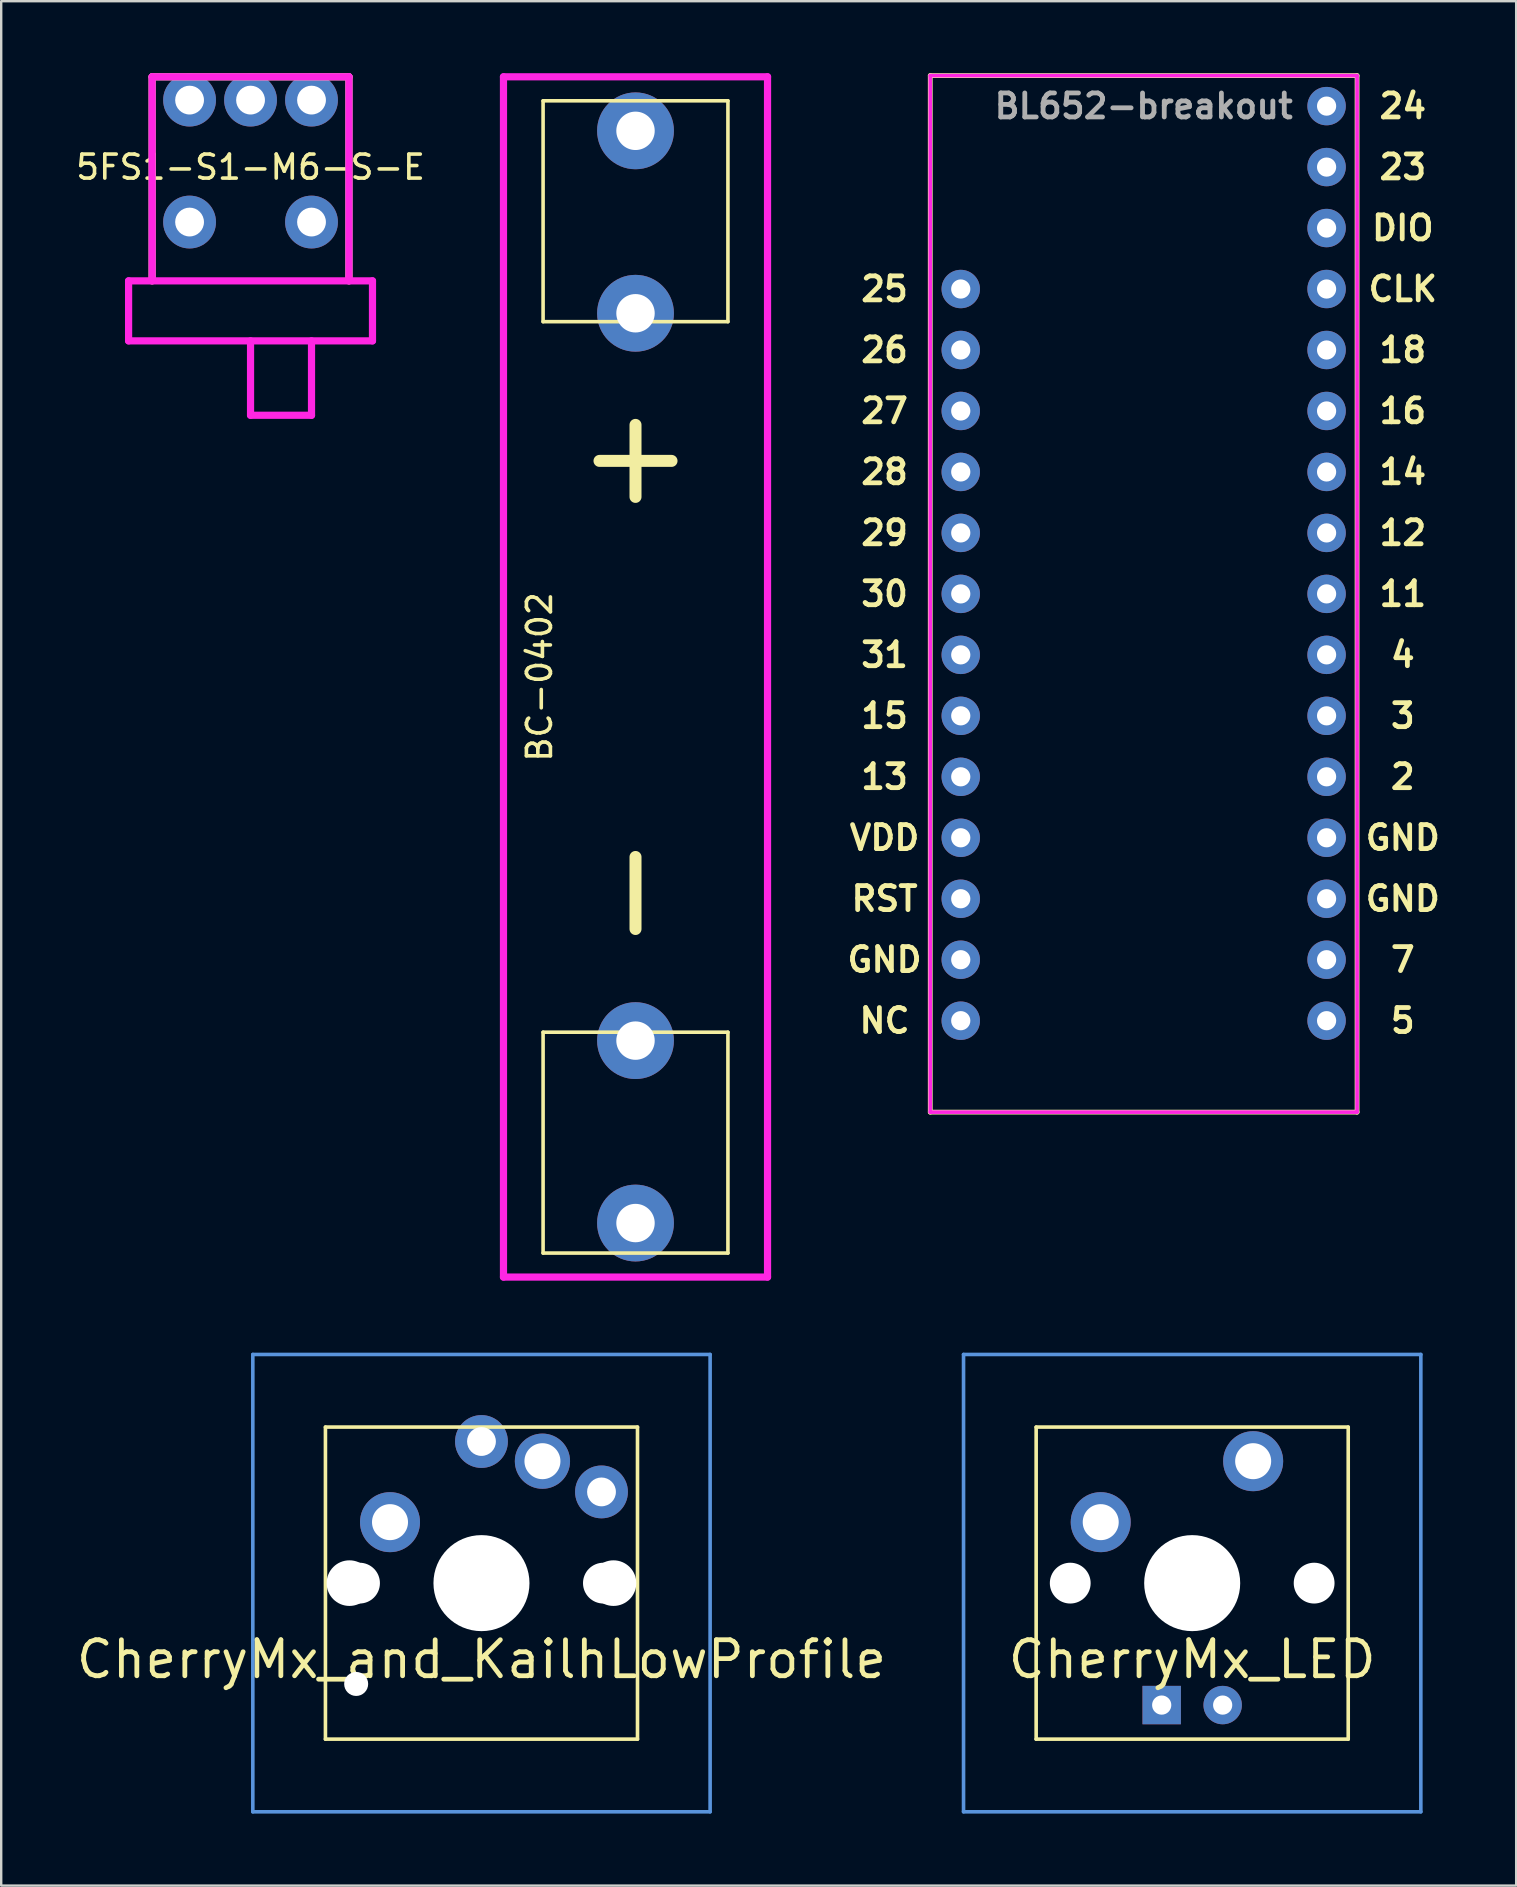
<source format=kicad_pcb>
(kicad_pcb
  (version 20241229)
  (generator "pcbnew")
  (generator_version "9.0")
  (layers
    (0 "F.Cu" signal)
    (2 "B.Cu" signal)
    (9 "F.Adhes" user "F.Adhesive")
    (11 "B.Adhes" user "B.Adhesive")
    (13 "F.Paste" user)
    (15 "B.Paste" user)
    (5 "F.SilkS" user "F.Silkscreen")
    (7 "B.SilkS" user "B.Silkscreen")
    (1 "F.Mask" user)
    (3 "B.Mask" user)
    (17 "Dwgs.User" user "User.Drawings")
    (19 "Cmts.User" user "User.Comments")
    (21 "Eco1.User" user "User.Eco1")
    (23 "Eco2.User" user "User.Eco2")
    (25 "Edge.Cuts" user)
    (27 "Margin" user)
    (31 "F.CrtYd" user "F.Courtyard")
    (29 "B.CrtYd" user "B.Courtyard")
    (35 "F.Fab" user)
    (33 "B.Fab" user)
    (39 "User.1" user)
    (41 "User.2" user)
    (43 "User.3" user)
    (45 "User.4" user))
  (footprint "BL652-breakout"
    (layer "F.Cu")
    (at 44.593 21.69)
    (property "Reference" "BL652-breakout" (at 0 -20.32 0) (layer "F.Fab") (effects (font (size 1 1) (thickness 0.2))))
    (attr through_hole)
    (fp_line (start -8.89 -21.59) (end 8.89 -21.59) (stroke (width 0.2) (type solid)) (layer "F.SilkS"))
    (fp_line (start -8.89 21.59) (end -8.89 -21.59) (stroke (width 0.2) (type solid)) (layer "F.SilkS"))
    (fp_line (start 8.89 -21.59) (end 8.89 21.59) (stroke (width 0.2) (type solid)) (layer "F.SilkS"))
    (fp_line (start 8.89 21.59) (end -8.89 21.59) (stroke (width 0.2) (type solid)) (layer "F.SilkS"))
    (fp_line (start -8.89 -21.59) (end 8.89 -21.59) (stroke (width 0.15) (type solid)) (layer "F.CrtYd"))
    (fp_line (start -8.89 21.59) (end -8.89 -21.59) (stroke (width 0.15) (type solid)) (layer "F.CrtYd"))
    (fp_line (start 8.89 -21.59) (end 8.89 21.59) (stroke (width 0.15) (type solid)) (layer "F.CrtYd"))
    (fp_line (start 8.89 21.59) (end -8.89 21.59) (stroke (width 0.15) (type solid)) (layer "F.CrtYd"))
    (fp_text user "12" (at 10.795 -2.54 0) (layer "F.SilkS") (effects (font (size 1 1) (thickness 0.2))))
    (fp_text user "CLK" (at 10.795 -12.7 0) (layer "F.SilkS") (effects (font (size 1 1) (thickness 0.2))))
    (fp_text user "GND" (at -10.795 15.24 0) (layer "F.SilkS") (effects (font (size 1 1) (thickness 0.2))))
    (fp_text user "23" (at 10.795 -17.78 0) (layer "F.SilkS") (effects (font (size 1 1) (thickness 0.2))))
    (fp_text user "NC" (at -10.795 17.78 0) (layer "F.SilkS") (effects (font (size 1 1) (thickness 0.2))))
    (fp_text user "30" (at -10.795 0 0) (layer "F.SilkS") (effects (font (size 1 1) (thickness 0.2))))
    (fp_text user "26" (at -10.795 -10.16 0) (layer "F.SilkS") (effects (font (size 1 1) (thickness 0.2))))
    (fp_text user "11" (at 10.795 0 0) (layer "F.SilkS") (effects (font (size 1 1) (thickness 0.2))))
    (fp_text user "VDD" (at -10.795 10.16 0) (layer "F.SilkS") (effects (font (size 1 1) (thickness 0.2))))
    (fp_text user "27" (at -10.795 -7.62 0) (layer "F.SilkS") (effects (font (size 1 1) (thickness 0.2))))
    (fp_text user "13" (at -10.795 7.62 0) (layer "F.SilkS") (effects (font (size 1 1) (thickness 0.2))))
    (fp_text user "RST" (at -10.795 12.7 0) (layer "F.SilkS") (effects (font (size 1 1) (thickness 0.2))))
    (fp_text user "2" (at 10.795 7.62 0) (layer "F.SilkS") (effects (font (size 1 1) (thickness 0.2))))
    (fp_text user "15" (at -10.795 5.08 0) (layer "F.SilkS") (effects (font (size 1 1) (thickness 0.2))))
    (fp_text user "5" (at 10.795 17.78 0) (layer "F.SilkS") (effects (font (size 1 1) (thickness 0.2))))
    (fp_text user "28" (at -10.795 -5.08 0) (layer "F.SilkS") (effects (font (size 1 1) (thickness 0.2))))
    (fp_text user "24" (at 10.795 -20.32 0) (layer "F.SilkS") (effects (font (size 1 1) (thickness 0.2))))
    (fp_text user "4" (at 10.795 2.54 0) (layer "F.SilkS") (effects (font (size 1 1) (thickness 0.2))))
    (fp_text user "31" (at -10.795 2.54 0) (layer "F.SilkS") (effects (font (size 1 1) (thickness 0.2))))
    (fp_text user "GND" (at 10.795 12.7 0) (layer "F.SilkS") (effects (font (size 1 1) (thickness 0.2))))
    (fp_text user "7" (at 10.795 15.24 0) (layer "F.SilkS") (effects (font (size 1 1) (thickness 0.2))))
    (fp_text user "29" (at -10.795 -2.54 0) (layer "F.SilkS") (effects (font (size 1 1) (thickness 0.2))))
    (fp_text user "18" (at 10.795 -10.16 0) (layer "F.SilkS") (effects (font (size 1 1) (thickness 0.2))))
    (fp_text user "GND" (at 10.795 10.16 0) (layer "F.SilkS") (effects (font (size 1 1) (thickness 0.2))))
    (fp_text user "DIO" (at 10.795 -15.24 0) (layer "F.SilkS") (effects (font (size 1 1) (thickness 0.2))))
    (fp_text user "3" (at 10.795 5.08 0) (layer "F.SilkS") (effects (font (size 1 1) (thickness 0.2))))
    (fp_text user "25" (at -10.795 -12.7 0) (layer "F.SilkS") (effects (font (size 1 1) (thickness 0.2))))
    (fp_text user "14" (at 10.795 -5.08 0) (layer "F.SilkS") (effects (font (size 1 1) (thickness 0.2))))
    (fp_text user "16" (at 10.795 -7.62 0) (layer "F.SilkS") (effects (font (size 1 1) (thickness 0.2))))
    (pad "1" thru_hole circle (at -7.62 -12.7) (size 1.6 1.6) (drill 0.8) (layers "*.Cu" "*.Mask"))
    (pad "2" thru_hole circle (at -7.62 -10.16) (size 1.6 1.6) (drill 0.8) (layers "*.Cu" "*.Mask"))
    (pad "3" thru_hole circle (at -7.62 -7.62) (size 1.6 1.6) (drill 0.8) (layers "*.Cu" "*.Mask"))
    (pad "4" thru_hole circle (at -7.62 -5.08) (size 1.6 1.6) (drill 0.8) (layers "*.Cu" "*.Mask"))
    (pad "5" thru_hole circle (at -7.62 -2.54) (size 1.6 1.6) (drill 0.8) (layers "*.Cu" "*.Mask"))
    (pad "6" thru_hole circle (at -7.62 0) (size 1.6 1.6) (drill 0.8) (layers "*.Cu" "*.Mask"))
    (pad "7" thru_hole circle (at -7.62 2.54) (size 1.6 1.6) (drill 0.8) (layers "*.Cu" "*.Mask"))
    (pad "8" thru_hole circle (at -7.62 5.08) (size 1.6 1.6) (drill 0.8) (layers "*.Cu" "*.Mask"))
    (pad "9" thru_hole circle (at -7.62 7.62) (size 1.6 1.6) (drill 0.8) (layers "*.Cu" "*.Mask"))
    (pad "10" thru_hole circle (at -7.62 10.16) (size 1.6 1.6) (drill 0.8) (layers "*.Cu" "*.Mask"))
    (pad "11" thru_hole circle (at -7.62 12.7) (size 1.6 1.6) (drill 0.8) (layers "*.Cu" "*.Mask"))
    (pad "12" thru_hole circle (at -7.62 15.24) (size 1.6 1.6) (drill 0.8) (layers "*.Cu" "*.Mask"))
    (pad "13" thru_hole circle (at -7.62 17.78) (size 1.6 1.6) (drill 0.8) (layers "*.Cu" "*.Mask"))
    (pad "20" thru_hole circle (at 7.62 17.78) (size 1.6 1.6) (drill 0.8) (layers "*.Cu" "*.Mask"))
    (pad "21" thru_hole circle (at 7.62 15.24) (size 1.6 1.6) (drill 0.8) (layers "*.Cu" "*.Mask"))
    (pad "22" thru_hole circle (at 7.62 12.7) (size 1.6 1.6) (drill 0.8) (layers "*.Cu" "*.Mask"))
    (pad "23" thru_hole circle (at 7.62 10.16) (size 1.6 1.6) (drill 0.8) (layers "*.Cu" "*.Mask"))
    (pad "24" thru_hole circle (at 7.62 7.62) (size 1.6 1.6) (drill 0.8) (layers "*.Cu" "*.Mask"))
    (pad "25" thru_hole circle (at 7.62 5.08) (size 1.6 1.6) (drill 0.8) (layers "*.Cu" "*.Mask"))
    (pad "26" thru_hole circle (at 7.62 2.54) (size 1.6 1.6) (drill 0.8) (layers "*.Cu" "*.Mask"))
    (pad "27" thru_hole circle (at 7.62 0) (size 1.6 1.6) (drill 0.8) (layers "*.Cu" "*.Mask"))
    (pad "28" thru_hole circle (at 7.62 -2.54) (size 1.6 1.6) (drill 0.8) (layers "*.Cu" "*.Mask"))
    (pad "29" thru_hole circle (at 7.62 -5.08) (size 1.6 1.6) (drill 0.8) (layers "*.Cu" "*.Mask"))
    (pad "30" thru_hole circle (at 7.62 -7.62) (size 1.6 1.6) (drill 0.8) (layers "*.Cu" "*.Mask"))
    (pad "31" thru_hole circle (at 7.62 -10.16) (size 1.6 1.6) (drill 0.8) (layers "*.Cu" "*.Mask"))
    (pad "32" thru_hole circle (at 7.62 -12.7) (size 1.6 1.6) (drill 0.8) (layers "*.Cu" "*.Mask"))
    (pad "33" thru_hole circle (at 7.62 -15.24) (size 1.6 1.6) (drill 0.8) (layers "*.Cu" "*.Mask"))
    (pad "34" thru_hole circle (at 7.62 -17.78) (size 1.6 1.6) (drill 0.8) (layers "*.Cu" "*.Mask"))
    (pad "35" thru_hole circle (at 7.62 -20.32) (size 1.6 1.6) (drill 0.8) (layers "*.Cu" "*.Mask")))
  (footprint "CherryMx_LED"
    (layer "F.Cu")
    (at 46.614 62.9)
    (property "Reference" "CherryMx_LED" (at 0 3.175 0) (layer "F.SilkS") (effects (font (size 1.5 1.5) (thickness 0.2))))
    (attr through_hole)
    (fp_line (start -6.5 -6.5) (end 6.5 -6.5) (stroke (width 0.15) (type solid)) (layer "F.SilkS"))
    (fp_line (start -6.5 6.5) (end -6.5 -6.5) (stroke (width 0.15) (type solid)) (layer "F.SilkS"))
    (fp_line (start 6.5 -6.5) (end 6.5 6.5) (stroke (width 0.15) (type solid)) (layer "F.SilkS"))
    (fp_line (start 6.5 6.5) (end -6.5 6.5) (stroke (width 0.15) (type solid)) (layer "F.SilkS"))
    (fp_line (start -9.525 -9.525) (end 9.525 -9.525) (stroke (width 0.15) (type solid)) (layer "Cmts.User"))
    (fp_line (start -9.525 9.525) (end -9.525 -9.525) (stroke (width 0.15) (type solid)) (layer "Cmts.User"))
    (fp_line (start 9.525 -9.525) (end 9.525 9.525) (stroke (width 0.15) (type solid)) (layer "Cmts.User"))
    (fp_line (start 9.525 9.525) (end -9.525 9.525) (stroke (width 0.15) (type solid)) (layer "Cmts.User"))
    (pad "" np_thru_hole circle (at -5.08 0) (size 1.7 1.7) (drill 1.7) (layers "*.Cu" "*.Mask"))
    (pad "" np_thru_hole circle (at 0 0) (size 4 4) (drill 4) (layers "*.Cu" "*.Mask"))
    (pad "" np_thru_hole circle (at 5.08 0) (size 1.7 1.7) (drill 1.7) (layers "*.Cu" "*.Mask"))
    (pad "1" thru_hole circle (at -3.81 -2.54) (size 2.5 2.5) (drill 1.5) (layers "*.Cu" "*.Mask"))
    (pad "2" thru_hole circle (at 2.54 -5.08) (size 2.5 2.5) (drill 1.5) (layers "*.Cu" "*.Mask"))
    (pad "3" thru_hole rect (at -1.27 5.08) (size 1.6 1.6) (drill 0.8) (layers "*.Cu" "*.Mask"))
    (pad "4" thru_hole circle (at 1.27 5.08) (size 1.6 1.6) (drill 0.8) (layers "*.Cu" "*.Mask")))
  (footprint "5FS1-S1-M6-S-E"
    (layer "F.Cu")
    (at 7.387 1.12)
    (property "Reference" "5FS1-S1-M6-S-E" (at 0 2.794 0) (layer "F.SilkS") (effects (font (size 1 1) (thickness 0.15))))
    (attr through_hole)
    (fp_line (start -4.1 -0.97) (end -4.1 7.53) (stroke (width 0.3) (type solid)) (layer "F.SilkS"))
    (fp_line (start -4.1 -0.97) (end 4.1 -0.97) (stroke (width 0.3) (type solid)) (layer "F.SilkS"))
    (fp_line (start 4.1 -0.97) (end 4.1 7.53) (stroke (width 0.3) (type solid)) (layer "F.SilkS"))
    (fp_line (start -5.08 7.53) (end -5.08 10.03) (stroke (width 0.3) (type solid)) (layer "F.CrtYd"))
    (fp_line (start -5.08 7.53) (end 5.08 7.53) (stroke (width 0.3) (type solid)) (layer "F.CrtYd"))
    (fp_line (start -5.08 10.03) (end 5.08 10.03) (stroke (width 0.3) (type solid)) (layer "F.CrtYd"))
    (fp_line (start -4.1 -0.97) (end -4.1 7.53) (stroke (width 0.3) (type solid)) (layer "F.CrtYd"))
    (fp_line (start -4.1 -0.97) (end 4.1 -0.97) (stroke (width 0.3) (type solid)) (layer "F.CrtYd"))
    (fp_line (start 0 10.03) (end 0 13.13) (stroke (width 0.3) (type solid)) (layer "F.CrtYd"))
    (fp_line (start 0 13.13) (end 2.54 13.13) (stroke (width 0.3) (type solid)) (layer "F.CrtYd"))
    (fp_line (start 2.54 10.03) (end 2.54 13.13) (stroke (width 0.3) (type solid)) (layer "F.CrtYd"))
    (fp_line (start 4.1 -0.97) (end 4.1 7.53) (stroke (width 0.3) (type solid)) (layer "F.CrtYd"))
    (fp_line (start 5.08 7.53) (end 5.08 10.03) (stroke (width 0.3) (type solid)) (layer "F.CrtYd"))
    (pad "" thru_hole circle (at -2.54 5.08) (size 2.2 2.2) (drill 1.2) (layers "*.Cu" "*.Mask"))
    (pad "" thru_hole circle (at 2.54 5.08) (size 2.2 2.2) (drill 1.2) (layers "*.Cu" "*.Mask"))
    (pad "1" thru_hole circle (at 2.54 0) (size 2.2 2.2) (drill 1.2) (layers "*.Cu" "*.Mask"))
    (pad "2" thru_hole circle (at 0 0) (size 2.2 2.2) (drill 1.2) (layers "*.Cu" "*.Mask"))
    (pad "3" thru_hole circle (at -2.54 0) (size 2.2 2.2) (drill 1.2) (layers "*.Cu" "*.Mask")))
  (footprint "CherryMx_and_KailhLowProfile"
    (layer "F.Cu")
    (at 17.007 62.9)
    (property "Reference" "CherryMx_and_KailhLowProfile" (at 0 3.175 0) (layer "F.SilkS") (effects (font (size 1.5 1.5) (thickness 0.2))))
    (attr through_hole)
    (fp_line (start -6.5 -6.5) (end 6.5 -6.5) (stroke (width 0.15) (type solid)) (layer "F.SilkS"))
    (fp_line (start -6.5 6.5) (end -6.5 -6.5) (stroke (width 0.15) (type solid)) (layer "F.SilkS"))
    (fp_line (start 6.5 -6.5) (end 6.5 6.5) (stroke (width 0.15) (type solid)) (layer "F.SilkS"))
    (fp_line (start 6.5 6.5) (end -6.5 6.5) (stroke (width 0.15) (type solid)) (layer "F.SilkS"))
    (fp_line (start -9.525 -9.525) (end 9.525 -9.525) (stroke (width 0.15) (type solid)) (layer "Cmts.User"))
    (fp_line (start -9.525 9.525) (end -9.525 -9.525) (stroke (width 0.15) (type solid)) (layer "Cmts.User"))
    (fp_line (start 9.525 -9.525) (end 9.525 9.525) (stroke (width 0.15) (type solid)) (layer "Cmts.User"))
    (fp_line (start 9.525 9.525) (end -9.525 9.525) (stroke (width 0.15) (type solid)) (layer "Cmts.User"))
    (pad "" np_thru_hole circle (at -5.5 0) (size 1.9 1.9) (drill 1.9) (layers "*.Cu" "*.Mask"))
    (pad "" np_thru_hole circle (at -5.22 4.2) (size 1 1) (drill 1) (layers "*.Cu" "*.Mask"))
    (pad "" np_thru_hole circle (at -5.08 0) (size 1.7 1.7) (drill 1.7) (layers "*.Cu" "*.Mask"))
    (pad "" np_thru_hole circle (at 0 0) (size 4 4) (drill 4) (layers "*.Cu" "*.Mask"))
    (pad "" np_thru_hole circle (at 5.08 0) (size 1.7 1.7) (drill 1.7) (layers "*.Cu" "*.Mask"))
    (pad "" np_thru_hole circle (at 5.5 0) (size 1.9 1.9) (drill 1.9) (layers "*.Cu" "*.Mask"))
    (pad "1" thru_hole circle (at -3.81 -2.54 315) (size 2.5 2.5) (drill 1.5) (layers "*.Cu" "*.Mask"))
    (pad "1" thru_hole circle (at 0 -5.9) (size 2.2 2.2) (drill 1.2) (layers "*.Cu" "*.Mask"))
    (pad "2" thru_hole circle (at 2.54 -5.08) (size 2.3 2.3) (drill 1.5) (layers "*.Cu" "*.Mask"))
    (pad "2" thru_hole circle (at 5 -3.8 315) (size 2.2 2.2) (drill 1.2) (layers "*.Cu" "*.Mask")))
  (footprint "BC-0402"
    (layer "F.Cu")
    (at 23.424 25.15)
    (property "Reference" "BC-0402" (at -4 0 90) (layer "F.SilkS") (effects (font (size 1 1) (thickness 0.15))))
    (attr through_hole)
    (fp_line (start -3.85 -24) (end -3.85 -14.8) (stroke (width 0.15) (type solid)) (layer "F.SilkS"))
    (fp_line (start -3.85 -14.8) (end 3.85 -14.8) (stroke (width 0.15) (type solid)) (layer "F.SilkS"))
    (fp_line (start -3.85 14.8) (end 3.85 14.8) (stroke (width 0.15) (type solid)) (layer "F.SilkS"))
    (fp_line (start -3.85 24) (end -3.85 14.8) (stroke (width 0.15) (type solid)) (layer "F.SilkS"))
    (fp_line (start -1.5 -9) (end 1.5 -9) (stroke (width 0.5) (type solid)) (layer "F.SilkS"))
    (fp_line (start 0 -10.5) (end 0 -7.5) (stroke (width 0.5) (type solid)) (layer "F.SilkS"))
    (fp_line (start 0 10.5) (end 0 7.5) (stroke (width 0.5) (type solid)) (layer "F.SilkS"))
    (fp_line (start 3.85 -24) (end -3.85 -24) (stroke (width 0.15) (type solid)) (layer "F.SilkS"))
    (fp_line (start 3.85 -14.8) (end 3.85 -24) (stroke (width 0.15) (type solid)) (layer "F.SilkS"))
    (fp_line (start 3.85 14.8) (end 3.85 24) (stroke (width 0.15) (type solid)) (layer "F.SilkS"))
    (fp_line (start 3.85 24) (end -3.85 24) (stroke (width 0.15) (type solid)) (layer "F.SilkS"))
    (fp_line (start -5.5 25) (end -5.5 -25) (stroke (width 0.3) (type solid)) (layer "F.CrtYd"))
    (fp_line (start -5.5 25) (end 5.5 25) (stroke (width 0.3) (type solid)) (layer "F.CrtYd"))
    (fp_line (start 5.5 -25) (end -5.5 -25) (stroke (width 0.3) (type solid)) (layer "F.CrtYd"))
    (fp_line (start 5.5 -25) (end 5.5 25) (stroke (width 0.3) (type solid)) (layer "F.CrtYd"))
    (pad "1" thru_hole circle (at 0 -22.75) (size 3.2 3.2) (drill 1.6) (layers "*.Cu" "*.Mask"))
    (pad "1" thru_hole circle (at 0 -15.15) (size 3.2 3.2) (drill 1.6) (layers "*.Cu" "*.Mask"))
    (pad "2" thru_hole circle (at 0 15.15) (size 3.2 3.2) (drill 1.6) (layers "*.Cu" "*.Mask"))
    (pad "2" thru_hole circle (at 0 22.75) (size 3.2 3.2) (drill 1.6) (layers "*.Cu" "*.Mask")))
  (gr_rect
    (start -3 -3)
    (end 60.111 75.5)
    (stroke (width 0.1) (type default))
    (fill no)
    (layer "Edge.Cuts")))
</source>
